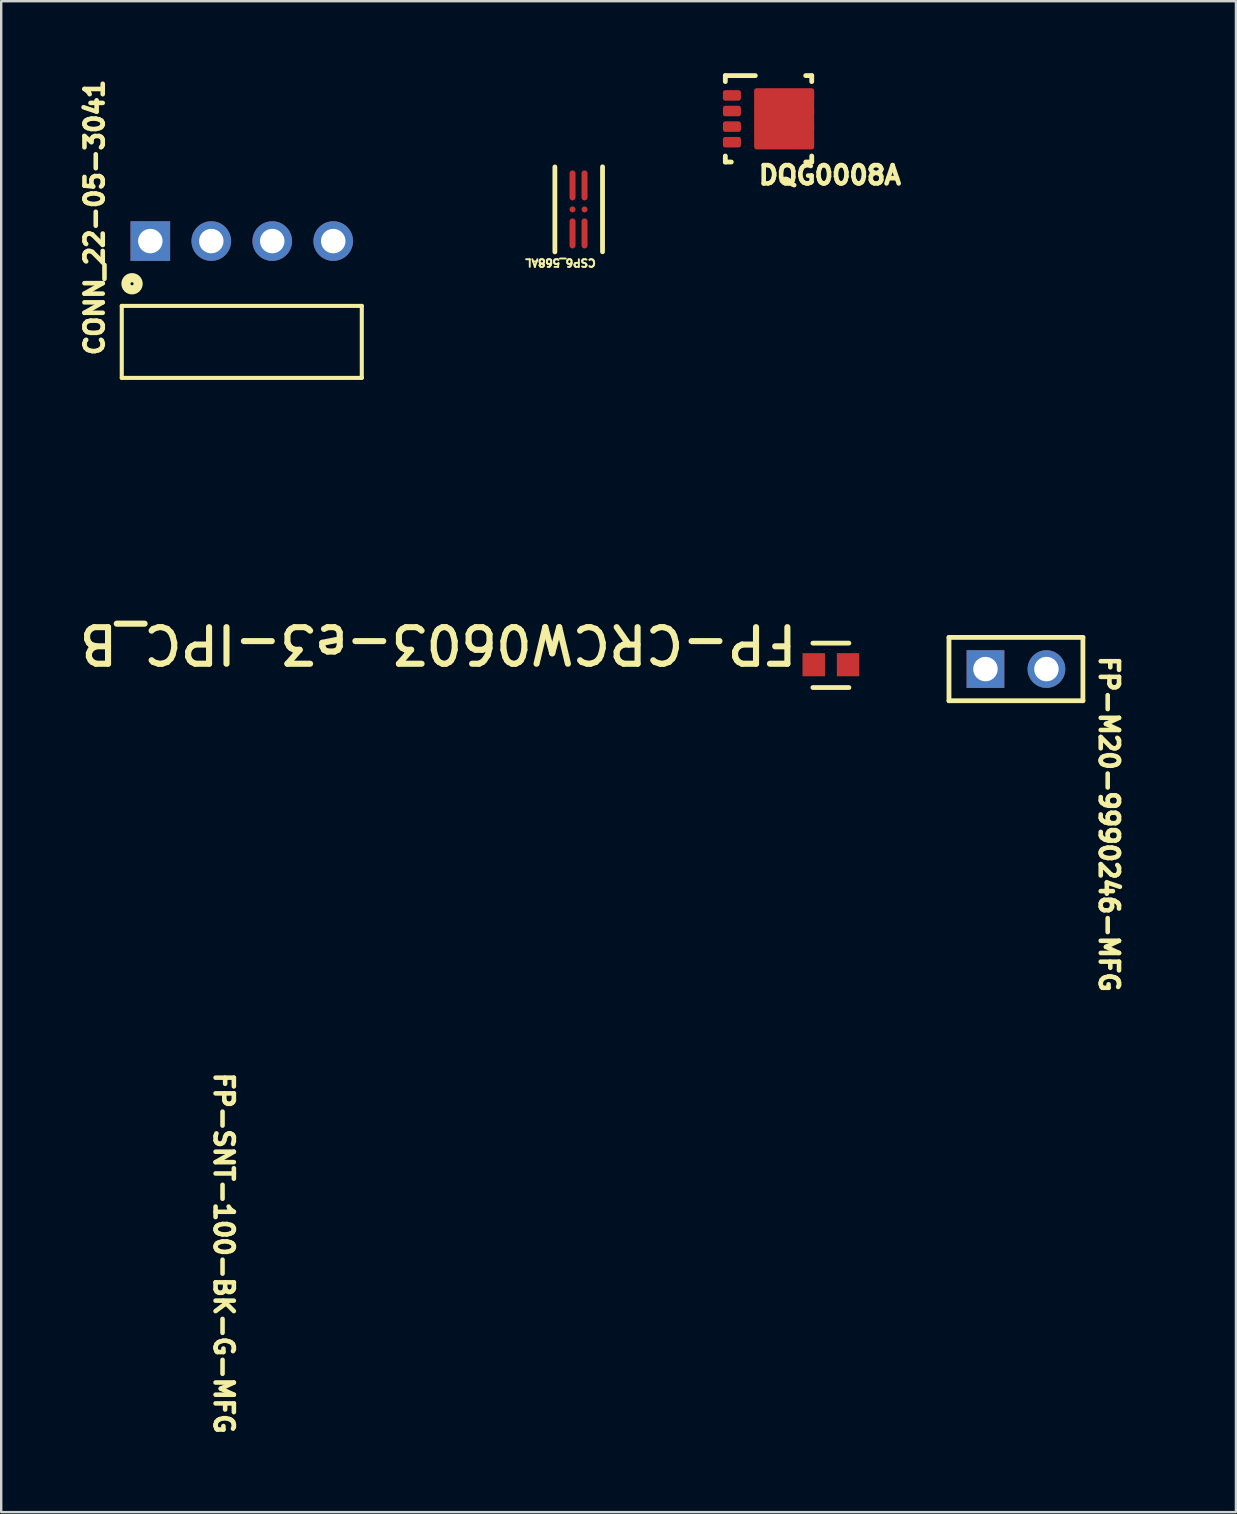
<source format=kicad_pcb>
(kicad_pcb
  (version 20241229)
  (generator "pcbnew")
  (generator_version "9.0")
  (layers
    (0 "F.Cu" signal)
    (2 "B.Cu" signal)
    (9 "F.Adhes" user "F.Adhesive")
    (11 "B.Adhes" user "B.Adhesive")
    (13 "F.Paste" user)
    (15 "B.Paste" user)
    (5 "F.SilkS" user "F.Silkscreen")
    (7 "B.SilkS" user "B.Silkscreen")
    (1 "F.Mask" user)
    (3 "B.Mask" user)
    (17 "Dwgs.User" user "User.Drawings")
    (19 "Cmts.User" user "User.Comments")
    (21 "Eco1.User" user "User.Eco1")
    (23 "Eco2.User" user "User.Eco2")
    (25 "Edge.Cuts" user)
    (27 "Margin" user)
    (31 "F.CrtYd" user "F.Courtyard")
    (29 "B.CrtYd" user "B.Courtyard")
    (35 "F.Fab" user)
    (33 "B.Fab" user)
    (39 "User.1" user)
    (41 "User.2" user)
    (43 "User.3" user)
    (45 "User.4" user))
  (footprint "CONN_22-05-3041"
    (layer "F.Cu")
    (at 7.023 12.694)
    (property "Reference" "CONN_22-05-3041" (at -5.69 -0.845 90) (unlocked yes) (layer "F.SilkS") (effects (font (size 0.762 0.762) (thickness 0.254) (bold yes)) (justify left bottom)))
    (fp_line (start -5 0) (end -5 -3) (stroke (width 0.17) (type solid)) (layer "F.SilkS"))
    (fp_line (start 5 -3) (end -5 -3) (stroke (width 0.17) (type solid)) (layer "F.SilkS"))
    (fp_line (start 5 0) (end -5 0) (stroke (width 0.17) (type solid)) (layer "F.SilkS"))
    (fp_line (start 5 0) (end 5 -3) (stroke (width 0.17) (type solid)) (layer "F.SilkS"))
    (fp_circle (center -4.572 -3.922) (end -4.826 -3.922) (stroke (width 0.381) (type solid)) (fill no) (layer "F.SilkS"))
    (fp_line (start 5 0) (end -5 0) (stroke (width 0.17) (type solid)) (layer "User.1"))
    (fp_line (start -5 0) (end -5 -3) (stroke (width 0.1) (type solid)) (layer "User.5"))
    (fp_line (start -4.064 -5.7) (end -4.064 -5.954) (stroke (width 0.1) (type solid)) (layer "User.5"))
    (fp_line (start -4.064 -3) (end -4.064 -5.7) (stroke (width 0.1) (type solid)) (layer "User.5"))
    (fp_line (start -4.064 6.492) (end -4.064 0) (stroke (width 0.1) (type solid)) (layer "User.5"))
    (fp_line (start -3.81 6.746) (end -4.064 6.492) (stroke (width 0.1) (type solid)) (layer "User.5"))
    (fp_line (start -3.81 6.746) (end -3.556 6.492) (stroke (width 0.1) (type solid)) (layer "User.5"))
    (fp_line (start -3.556 -5.954) (end -4.064 -5.954) (stroke (width 0.1) (type solid)) (layer "User.5"))
    (fp_line (start -3.556 -5.7) (end -3.556 -5.954) (stroke (width 0.1) (type solid)) (layer "User.5"))
    (fp_line (start -3.556 -3) (end -3.556 -5.7) (stroke (width 0.1) (type solid)) (layer "User.5"))
    (fp_line (start -3.556 4.968) (end -4.064 4.968) (stroke (width 0.1) (type solid)) (layer "User.5"))
    (fp_line (start -3.556 6.492) (end -3.556 4.968) (stroke (width 0.1) (type solid)) (layer "User.5"))
    (fp_line (start -1.524 -5.7) (end -1.524 -5.954) (stroke (width 0.1) (type solid)) (layer "User.5"))
    (fp_line (start -1.524 -3) (end -1.524 -5.7) (stroke (width 0.1) (type solid)) (layer "User.5"))
    (fp_line (start -1.524 4.968) (end -3.556 4.968) (stroke (width 0.1) (type solid)) (layer "User.5"))
    (fp_line (start -1.524 6.492) (end -1.524 4.968) (stroke (width 0.1) (type solid)) (layer "User.5"))
    (fp_line (start -1.27 6.746) (end -1.524 6.492) (stroke (width 0.1) (type solid)) (layer "User.5"))
    (fp_line (start -1.27 6.746) (end -1.016 6.492) (stroke (width 0.1) (type solid)) (layer "User.5"))
    (fp_line (start -1.016 -5.954) (end -1.524 -5.954) (stroke (width 0.1) (type solid)) (layer "User.5"))
    (fp_line (start -1.016 -5.7) (end -1.016 -5.954) (stroke (width 0.1) (type solid)) (layer "User.5"))
    (fp_line (start -1.016 -3) (end -1.016 -5.7) (stroke (width 0.1) (type solid)) (layer "User.5"))
    (fp_line (start -1.016 4.968) (end -1.524 4.968) (stroke (width 0.1) (type solid)) (layer "User.5"))
    (fp_line (start -1.016 6.492) (end -1.016 4.968) (stroke (width 0.1) (type solid)) (layer "User.5"))
    (fp_line (start 1.016 -5.7) (end 1.016 -5.954) (stroke (width 0.1) (type solid)) (layer "User.5"))
    (fp_line (start 1.016 -3) (end 1.016 -5.7) (stroke (width 0.1) (type solid)) (layer "User.5"))
    (fp_line (start 1.016 4.968) (end -1.016 4.968) (stroke (width 0.1) (type solid)) (layer "User.5"))
    (fp_line (start 1.016 6.492) (end 1.016 4.968) (stroke (width 0.1) (type solid)) (layer "User.5"))
    (fp_line (start 1.27 6.746) (end 1.016 6.492) (stroke (width 0.1) (type solid)) (layer "User.5"))
    (fp_line (start 1.27 6.746) (end 1.524 6.492) (stroke (width 0.1) (type solid)) (layer "User.5"))
    (fp_line (start 1.524 -5.954) (end 1.016 -5.954) (stroke (width 0.1) (type solid)) (layer "User.5"))
    (fp_line (start 1.524 -5.7) (end 1.524 -5.954) (stroke (width 0.1) (type solid)) (layer "User.5"))
    (fp_line (start 1.524 -3) (end 1.524 -5.7) (stroke (width 0.1) (type solid)) (layer "User.5"))
    (fp_line (start 1.524 6.492) (end 1.524 4.968) (stroke (width 0.1) (type solid)) (layer "User.5"))
    (fp_line (start 3.556 -5.7) (end 3.556 -5.954) (stroke (width 0.1) (type solid)) (layer "User.5"))
    (fp_line (start 3.556 -3) (end 3.556 -5.7) (stroke (width 0.1) (type solid)) (layer "User.5"))
    (fp_line (start 3.556 6.492) (end 3.556 4.968) (stroke (width 0.1) (type solid)) (layer "User.5"))
    (fp_line (start 3.8 -3) (end 3.6 -3) (stroke (width 0.1) (type solid)) (layer "User.5"))
    (fp_line (start 3.81 6.746) (end 3.556 6.492) (stroke (width 0.1) (type solid)) (layer "User.5"))
    (fp_line (start 3.81 6.746) (end 4.064 6.492) (stroke (width 0.1) (type solid)) (layer "User.5"))
    (fp_line (start 4.064 -5.954) (end 3.556 -5.954) (stroke (width 0.1) (type solid)) (layer "User.5"))
    (fp_line (start 4.064 -5.6) (end 4.064 -5.954) (stroke (width 0.1) (type solid)) (layer "User.5"))
    (fp_line (start 4.064 -3) (end 4.064 -5.6) (stroke (width 0.1) (type solid)) (layer "User.5"))
    (fp_line (start 4.064 4.968) (end 1.016 4.968) (stroke (width 0.1) (type solid)) (layer "User.5"))
    (fp_line (start 4.064 6.492) (end 4.064 0) (stroke (width 0.1) (type solid)) (layer "User.5"))
    (fp_line (start 5 -3) (end -5 -3) (stroke (width 0.1) (type solid)) (layer "User.5"))
    (fp_line (start 5 0) (end -5 0) (stroke (width 0.1) (type solid)) (layer "User.5"))
    (fp_line (start 5 0) (end 5 -3) (stroke (width 0.1) (type solid)) (layer "User.5"))
    (fp_text user "${REFERENCE}" (at 0.914 -1.988 180) (unlocked yes) (layer "User.5") (effects (font (size 1.016 1.016) (thickness 0.178))))
    (pad "1" thru_hole rect (at -3.81 -5.7) (size 1.65 1.65) (drill 1.02) (layers "*.Cu" "*.Mask"))
    (pad "2" thru_hole circle (at -1.27 -5.7) (size 1.65 1.65) (drill 1.02) (layers "*.Cu" "*.Mask"))
    (pad "3" thru_hole circle (at 1.27 -5.7) (size 1.65 1.65) (drill 1.02) (layers "*.Cu" "*.Mask"))
    (pad "4" thru_hole circle (at 3.81 -5.7) (size 1.65 1.65) (drill 1.02) (layers "*.Cu" "*.Mask")))
  (footprint "DQG0008A"
    (layer "F.Cu")
    (at 28.969 1.9)
    (property "Reference" "DQG0008A" (at -0.508 2.794 0) (unlocked yes) (layer "F.SilkS") (effects (font (size 0.762 0.762) (thickness 0.254) (bold yes)) (justify left bottom)))
    (fp_poly (pts (xy 1.162 1.172) (xy 1.162 -1.172) (xy -0.507 -1.172) (xy -0.507 1.172)) (stroke (width 0.106) (type solid)) (fill yes) (layer "F.Mask"))
    (fp_poly (pts (xy 1.376 -0.854) (xy 1.376 -1.096) (xy 0.974 -1.096) (xy 0.974 -0.854)) (stroke (width 0.099) (type solid)) (fill yes) (layer "F.Mask"))
    (fp_poly (pts (xy 1.376 -0.204) (xy 1.376 -0.446) (xy 0.974 -0.446) (xy 0.974 -0.204)) (stroke (width 0.099) (type solid)) (fill yes) (layer "F.Mask"))
    (fp_poly (pts (xy 1.376 0.446) (xy 1.376 0.204) (xy 0.974 0.204) (xy 0.974 0.446)) (stroke (width 0.099) (type solid)) (fill yes) (layer "F.Mask"))
    (fp_poly (pts (xy 1.376 1.096) (xy 1.376 0.854) (xy 0.974 0.854) (xy 0.974 1.096)) (stroke (width 0.099) (type solid)) (fill yes) (layer "F.Mask"))
    (fp_line (start -1.8 -1.8) (end -0.55 -1.8) (stroke (width 0.2) (type solid)) (layer "F.SilkS"))
    (fp_line (start -1.8 -1.55) (end -1.8 -1.8) (stroke (width 0.2) (type solid)) (layer "F.SilkS"))
    (fp_line (start -1.8 1.8) (end -1.8 1.55) (stroke (width 0.2) (type solid)) (layer "F.SilkS"))
    (fp_line (start -1.8 1.8) (end -1.55 1.8) (stroke (width 0.2) (type solid)) (layer "F.SilkS"))
    (fp_line (start 1.55 -1.8) (end 1.8 -1.8) (stroke (width 0.2) (type solid)) (layer "F.SilkS"))
    (fp_line (start 1.55 1.8) (end 1.8 1.8) (stroke (width 0.2) (type solid)) (layer "F.SilkS"))
    (fp_line (start 1.8 -1.55) (end 1.8 -1.8) (stroke (width 0.2) (type solid)) (layer "F.SilkS"))
    (fp_line (start 1.8 1.8) (end 1.8 1.55) (stroke (width 0.2) (type solid)) (layer "F.SilkS"))
    (fp_poly (pts (xy -0.499 -1.174) (xy -0.499 -0.151) (xy 0.075 -0.151) (xy 0.075 -1.174)) (stroke (width 0.101) (type solid)) (fill yes) (layer "F.Paste"))
    (fp_poly (pts (xy -0.499 0.151) (xy -0.499 1.174) (xy 0.075 1.174) (xy 0.075 0.151)) (stroke (width 0.101) (type solid)) (fill yes) (layer "F.Paste"))
    (fp_poly (pts (xy 0.951 -0.151) (xy 0.951 -1.174) (xy 0.377 -1.174) (xy 0.377 -0.151)) (stroke (width 0.101) (type solid)) (fill yes) (layer "F.Paste"))
    (fp_poly (pts (xy 0.951 1.174) (xy 0.951 0.151) (xy 0.377 0.151) (xy 0.377 1.174)) (stroke (width 0.101) (type solid)) (fill yes) (layer "F.Paste"))
    (fp_line (start -1.7 1.7) (end -1.7 -1.7) (stroke (width 0.1) (type solid)) (layer "User.5"))
    (fp_line (start -1.7 1.7) (end 1.7 1.7) (stroke (width 0.1) (type solid)) (layer "User.5"))
    (fp_line (start -1.7 -1.7) (end 1.7 -1.7) (stroke (width 0.1) (type solid)) (layer "User.5"))
    (fp_line (start 1.7 1.7) (end 1.7 -1.7) (stroke (width 0.1) (type solid)) (layer "User.5"))
    (fp_circle (center -1.1 -1.2) (end -1.1 -1.45) (stroke (width 0.1) (type solid)) (fill no) (layer "User.5"))
    (fp_text user "${REFERENCE}" (at -0.762 0.381 0) (unlocked yes) (layer "User.5") (effects (font (size 0.762 0.762) (thickness 0.127))))
    (pad "1" smd roundrect (at -1.525 -0.975 270) (size 0.44 0.75) (layers "F.Cu" "F.Mask" "F.Paste") (roundrect_rratio 0.225))
    (pad "2" smd roundrect (at -1.525 -0.325 270) (size 0.44 0.75) (layers "F.Cu" "F.Mask" "F.Paste") (roundrect_rratio 0.225))
    (pad "3" smd roundrect (at -1.525 0.325 270) (size 0.44 0.75) (layers "F.Cu" "F.Mask" "F.Paste") (roundrect_rratio 0.225))
    (pad "4" smd roundrect (at -1.525 0.975 270) (size 0.44 0.75) (layers "F.Cu" "F.Mask" "F.Paste") (roundrect_rratio 0.225))
    (pad "5" smd roundrect (at 1.525 0.975 270) (size 0.44 0.75) (layers "F.Cu" "F.Mask" "F.Paste") (roundrect_rratio 0.225))
    (pad "6" smd roundrect (at 1.525 0.325 270) (size 0.44 0.75) (layers "F.Cu" "F.Mask" "F.Paste") (roundrect_rratio 0.225))
    (pad "7" smd roundrect (at 1.525 -0.325 270) (size 0.44 0.75) (layers "F.Cu" "F.Mask" "F.Paste") (roundrect_rratio 0.225))
    (pad "8" smd roundrect (at 1.525 -0.975 270) (size 0.44 0.75) (layers "F.Cu" "F.Mask" "F.Paste") (roundrect_rratio 0.225))
    (pad "9" smd roundrect (at 0.65 0) (size 2.5 2.55) (layers "F.Cu" "F.Mask" "F.Paste") (roundrect_rratio 0.04)))
  (footprint "FP-SNT-100-BK-G-MFG"
    (layer "F.Cu")
    (at 2.767 42.806)
    (property "Reference" "FP-SNT-100-BK-G-MFG" (at 3.061 -1.264 270) (unlocked yes) (layer "F.SilkS") (effects (font (size 0.762 0.762) (thickness 0.254) (bold yes)) (justify left bottom)))
    (fp_line (start -2.667 -0.127) (end -2.667 5.207) (stroke (width 0.2) (type solid)) (layer "Eco1.User"))
    (fp_line (start -2.667 -0.127) (end -2.667 5.207) (stroke (width 0.2) (type solid)) (layer "Eco1.User"))
    (fp_line (start -2.667 -0.127) (end -2.667 5.207) (stroke (width 0.2) (type solid)) (layer "Eco1.User"))
    (fp_line (start -2.667 -0.127) (end 0.127 -0.127) (stroke (width 0.2) (type solid)) (layer "Eco1.User"))
    (fp_line (start -2.667 -0.127) (end 0.127 -0.127) (stroke (width 0.2) (type solid)) (layer "Eco1.User"))
    (fp_line (start -2.667 -0.127) (end 0.127 -0.127) (stroke (width 0.2) (type solid)) (layer "Eco1.User"))
    (fp_line (start -2.667 5.207) (end 0.127 5.207) (stroke (width 0.2) (type solid)) (layer "Eco1.User"))
    (fp_line (start -2.667 5.207) (end 0.127 5.207) (stroke (width 0.2) (type solid)) (layer "Eco1.User"))
    (fp_line (start -2.667 5.207) (end 0.127 5.207) (stroke (width 0.2) (type solid)) (layer "Eco1.User"))
    (fp_line (start -1.767 2.54) (end -0.767 2.54) (stroke (width 0.1) (type solid)) (layer "Eco1.User"))
    (fp_line (start -1.267 2.04) (end -1.267 3.04) (stroke (width 0.1) (type solid)) (layer "Eco1.User"))
    (fp_line (start 0.127 -0.127) (end 0.127 5.207) (stroke (width 0.2) (type solid)) (layer "Eco1.User"))
    (fp_line (start 0.127 -0.127) (end 0.127 5.207) (stroke (width 0.2) (type solid)) (layer "Eco1.User"))
    (fp_line (start 0.127 -0.127) (end 0.127 5.207) (stroke (width 0.2) (type solid)) (layer "Eco1.User")))
  (footprint "FP-M20-9990246-MFG"
    (layer "F.Cu")
    (at 39.277 24.825)
    (property "Reference" "FP-M20-9990246-MFG" (at 3.429 -0.635 270) (unlocked yes) (layer "F.SilkS") (effects (font (size 0.762 0.762) (thickness 0.254)) (justify left bottom)))
    (fp_line (start -2.79 -1.32) (end -2.79 1.32) (stroke (width 0.2) (type solid)) (layer "F.SilkS"))
    (fp_line (start -2.79 -1.32) (end 2.79 -1.32) (stroke (width 0.2) (type solid)) (layer "F.SilkS"))
    (fp_line (start -2.79 1.32) (end 2.79 1.32) (stroke (width 0.2) (type solid)) (layer "F.SilkS"))
    (fp_line (start 2.79 -1.32) (end 2.79 1.32) (stroke (width 0.2) (type solid)) (layer "F.SilkS"))
    (fp_line (start -2.89 -1.42) (end -2.89 1.42) (stroke (width 0.2) (type solid)) (layer "Eco1.User"))
    (fp_line (start -2.89 -1.42) (end -2.89 1.42) (stroke (width 0.2) (type solid)) (layer "Eco1.User"))
    (fp_line (start -2.89 -1.42) (end 2.89 -1.42) (stroke (width 0.2) (type solid)) (layer "Eco1.User"))
    (fp_line (start -2.89 -1.42) (end 2.89 -1.42) (stroke (width 0.2) (type solid)) (layer "Eco1.User"))
    (fp_line (start -2.89 1.42) (end 2.89 1.42) (stroke (width 0.2) (type solid)) (layer "Eco1.User"))
    (fp_line (start -2.89 1.42) (end 2.89 1.42) (stroke (width 0.2) (type solid)) (layer "Eco1.User"))
    (fp_line (start -2.79 -1.32) (end -2.79 1.32) (stroke (width 0.2) (type solid)) (layer "Eco1.User"))
    (fp_line (start -2.79 -1.32) (end 2.79 -1.32) (stroke (width 0.2) (type solid)) (layer "Eco1.User"))
    (fp_line (start -2.79 1.32) (end 2.79 1.32) (stroke (width 0.2) (type solid)) (layer "Eco1.User"))
    (fp_line (start -0.5 0) (end 0.5 0) (stroke (width 0.1) (type solid)) (layer "Eco1.User"))
    (fp_line (start 0 -0.5) (end 0 0.5) (stroke (width 0.1) (type solid)) (layer "Eco1.User"))
    (fp_line (start 2.79 -1.32) (end 2.79 1.32) (stroke (width 0.2) (type solid)) (layer "Eco1.User"))
    (fp_line (start 2.89 -1.42) (end 2.89 1.42) (stroke (width 0.2) (type solid)) (layer "Eco1.User"))
    (fp_line (start 2.89 -1.42) (end 2.89 1.42) (stroke (width 0.2) (type solid)) (layer "Eco1.User"))
    (fp_text user "${REFERENCE}" (at -3.177 -1.535 0) (unlocked yes) (layer "Eco1.User") (effects (font (size 0.5 0.5) (thickness 0.1)) (justify left bottom)))
    (pad "1" thru_hole rect (at -1.27 0) (size 1.57 1.57) (drill 1.02) (layers "*.Cu" "*.Mask"))
    (pad "2" thru_hole circle (at 1.27 0) (size 1.57 1.57) (drill 1.02) (layers "*.Cu" "*.Mask")))
  (footprint "CSP6_568AL"
    (layer "F.Cu")
    (at 21.053 5.675)
    (property "Reference" "CSP6_568AL" (at 0.762 2.032 180) (unlocked yes) (layer "F.SilkS") (effects (font (size 0.318 0.318) (thickness 0.178)) (justify left bottom)))
    (fp_line (start -0.985 -1.77) (end -0.985 1.77) (stroke (width 0.2) (type solid)) (layer "F.SilkS"))
    (fp_line (start 1 -1.775) (end 1 1.765) (stroke (width 0.2) (type solid)) (layer "F.SilkS"))
    (fp_line (start -0.885 -1.77) (end -0.885 1.77) (stroke (width 0.1) (type solid)) (layer "User.5"))
    (fp_line (start 0.885 -1.77) (end -0.885 -1.77) (stroke (width 0.1) (type solid)) (layer "User.5"))
    (fp_line (start 0.885 -1.77) (end 0.885 1.77) (stroke (width 0.1) (type solid)) (layer "User.5"))
    (fp_line (start 0.885 1.77) (end -0.885 1.77) (stroke (width 0.1) (type solid)) (layer "User.5"))
    (fp_circle (center -0.6 -1.4) (end -0.6 -1.25) (stroke (width 0.1) (type solid)) (fill no) (layer "User.5"))
    (fp_text user "${REFERENCE}" (at -0.3 -1.7 270) (unlocked yes) (layer "User.5") (effects (font (size 0.825 0.825) (thickness 0.178))))
    (pad "1" smd oval (at -0.25 -1 270) (size 1.25 0.25) (layers "F.Cu" "F.Mask" "F.Paste"))
    (pad "2" smd circle (at -0.25 0 270) (size 0.25 0.25) (layers "F.Cu" "F.Mask" "F.Paste"))
    (pad "3" smd oval (at -0.25 1 270) (size 1.25 0.25) (layers "F.Cu" "F.Mask" "F.Paste"))
    (pad "4" smd oval (at 0.25 1 270) (size 1.25 0.25) (layers "F.Cu" "F.Mask" "F.Paste"))
    (pad "5" smd circle (at 0.25 0 270) (size 0.25 0.25) (layers "F.Cu" "F.Mask" "F.Paste"))
    (pad "6" smd oval (at 0.25 -1 270) (size 1.25 0.25) (layers "F.Cu" "F.Mask" "F.Paste")))
  (footprint "FP-CRCW0603-e3-IPC_B"
    (layer "F.Cu")
    (at 31.567 24.644)
    (property "Reference" "FP-CRCW0603-e3-IPC_B" (at -1.283 -1.765 180) (unlocked yes) (layer "F.SilkS") (effects (font (size 1.524 1.524) (thickness 0.254)) (justify left bottom)))
    (fp_line (start -0.75 -0.9) (end 0.75 -0.9) (stroke (width 0.2) (type solid)) (layer "F.SilkS"))
    (fp_line (start -0.75 0.95) (end 0.75 0.95) (stroke (width 0.2) (type solid)) (layer "F.SilkS"))
    (fp_line (start -1.433 -0.731) (end 1.433 -0.731) (stroke (width 0.2) (type solid)) (layer "Eco1.User"))
    (fp_line (start -1.433 0.731) (end -1.433 -0.731) (stroke (width 0.2) (type solid)) (layer "Eco1.User"))
    (fp_line (start -1.433 0.731) (end 1.433 0.731) (stroke (width 0.2) (type solid)) (layer "Eco1.User"))
    (fp_line (start -1.433 -0.731) (end 1.433 -0.731) (stroke (width 0.2) (type solid)) (layer "Eco1.User"))
    (fp_line (start -1.433 0.731) (end -1.433 -0.731) (stroke (width 0.2) (type solid)) (layer "Eco1.User"))
    (fp_line (start -1.433 0.731) (end 1.433 0.731) (stroke (width 0.2) (type solid)) (layer "Eco1.User"))
    (fp_line (start -0.775 -0.425) (end 0.775 -0.425) (stroke (width 0.2) (type solid)) (layer "Eco1.User"))
    (fp_line (start -0.775 0.425) (end -0.775 -0.425) (stroke (width 0.2) (type solid)) (layer "Eco1.User"))
    (fp_line (start -0.775 0.425) (end 0.775 0.425) (stroke (width 0.2) (type solid)) (layer "Eco1.User"))
    (fp_line (start -0.5 0) (end 0.5 0) (stroke (width 0.1) (type solid)) (layer "Eco1.User"))
    (fp_line (start 0 0.5) (end 0 -0.5) (stroke (width 0.1) (type solid)) (layer "Eco1.User"))
    (fp_line (start 0.775 0.425) (end 0.775 -0.425) (stroke (width 0.2) (type solid)) (layer "Eco1.User"))
    (fp_line (start 1.433 0.731) (end 1.433 -0.731) (stroke (width 0.2) (type solid)) (layer "Eco1.User"))
    (fp_line (start 1.433 0.731) (end 1.433 -0.731) (stroke (width 0.2) (type solid)) (layer "Eco1.User"))
    (fp_text user "${REFERENCE}" (at -0.000018 0.000013 180) (unlocked yes) (layer "Eco1.User") (effects (font (size 0.5 0.5) (thickness 0.1)) (justify left bottom)))
    (pad "1" smd rect (at -0.715 0 180) (size 0.935 0.962) (layers "F.Cu" "F.Mask" "F.Paste"))
    (pad "2" smd rect (at 0.715 0 180) (size 0.935 0.962) (layers "F.Cu" "F.Mask" "F.Paste")))
  (gr_rect
    (start -3 -3)
    (end 48.443 59.948)
    (stroke (width 0.1) (type default))
    (fill no)
    (layer "Edge.Cuts")))
</source>
